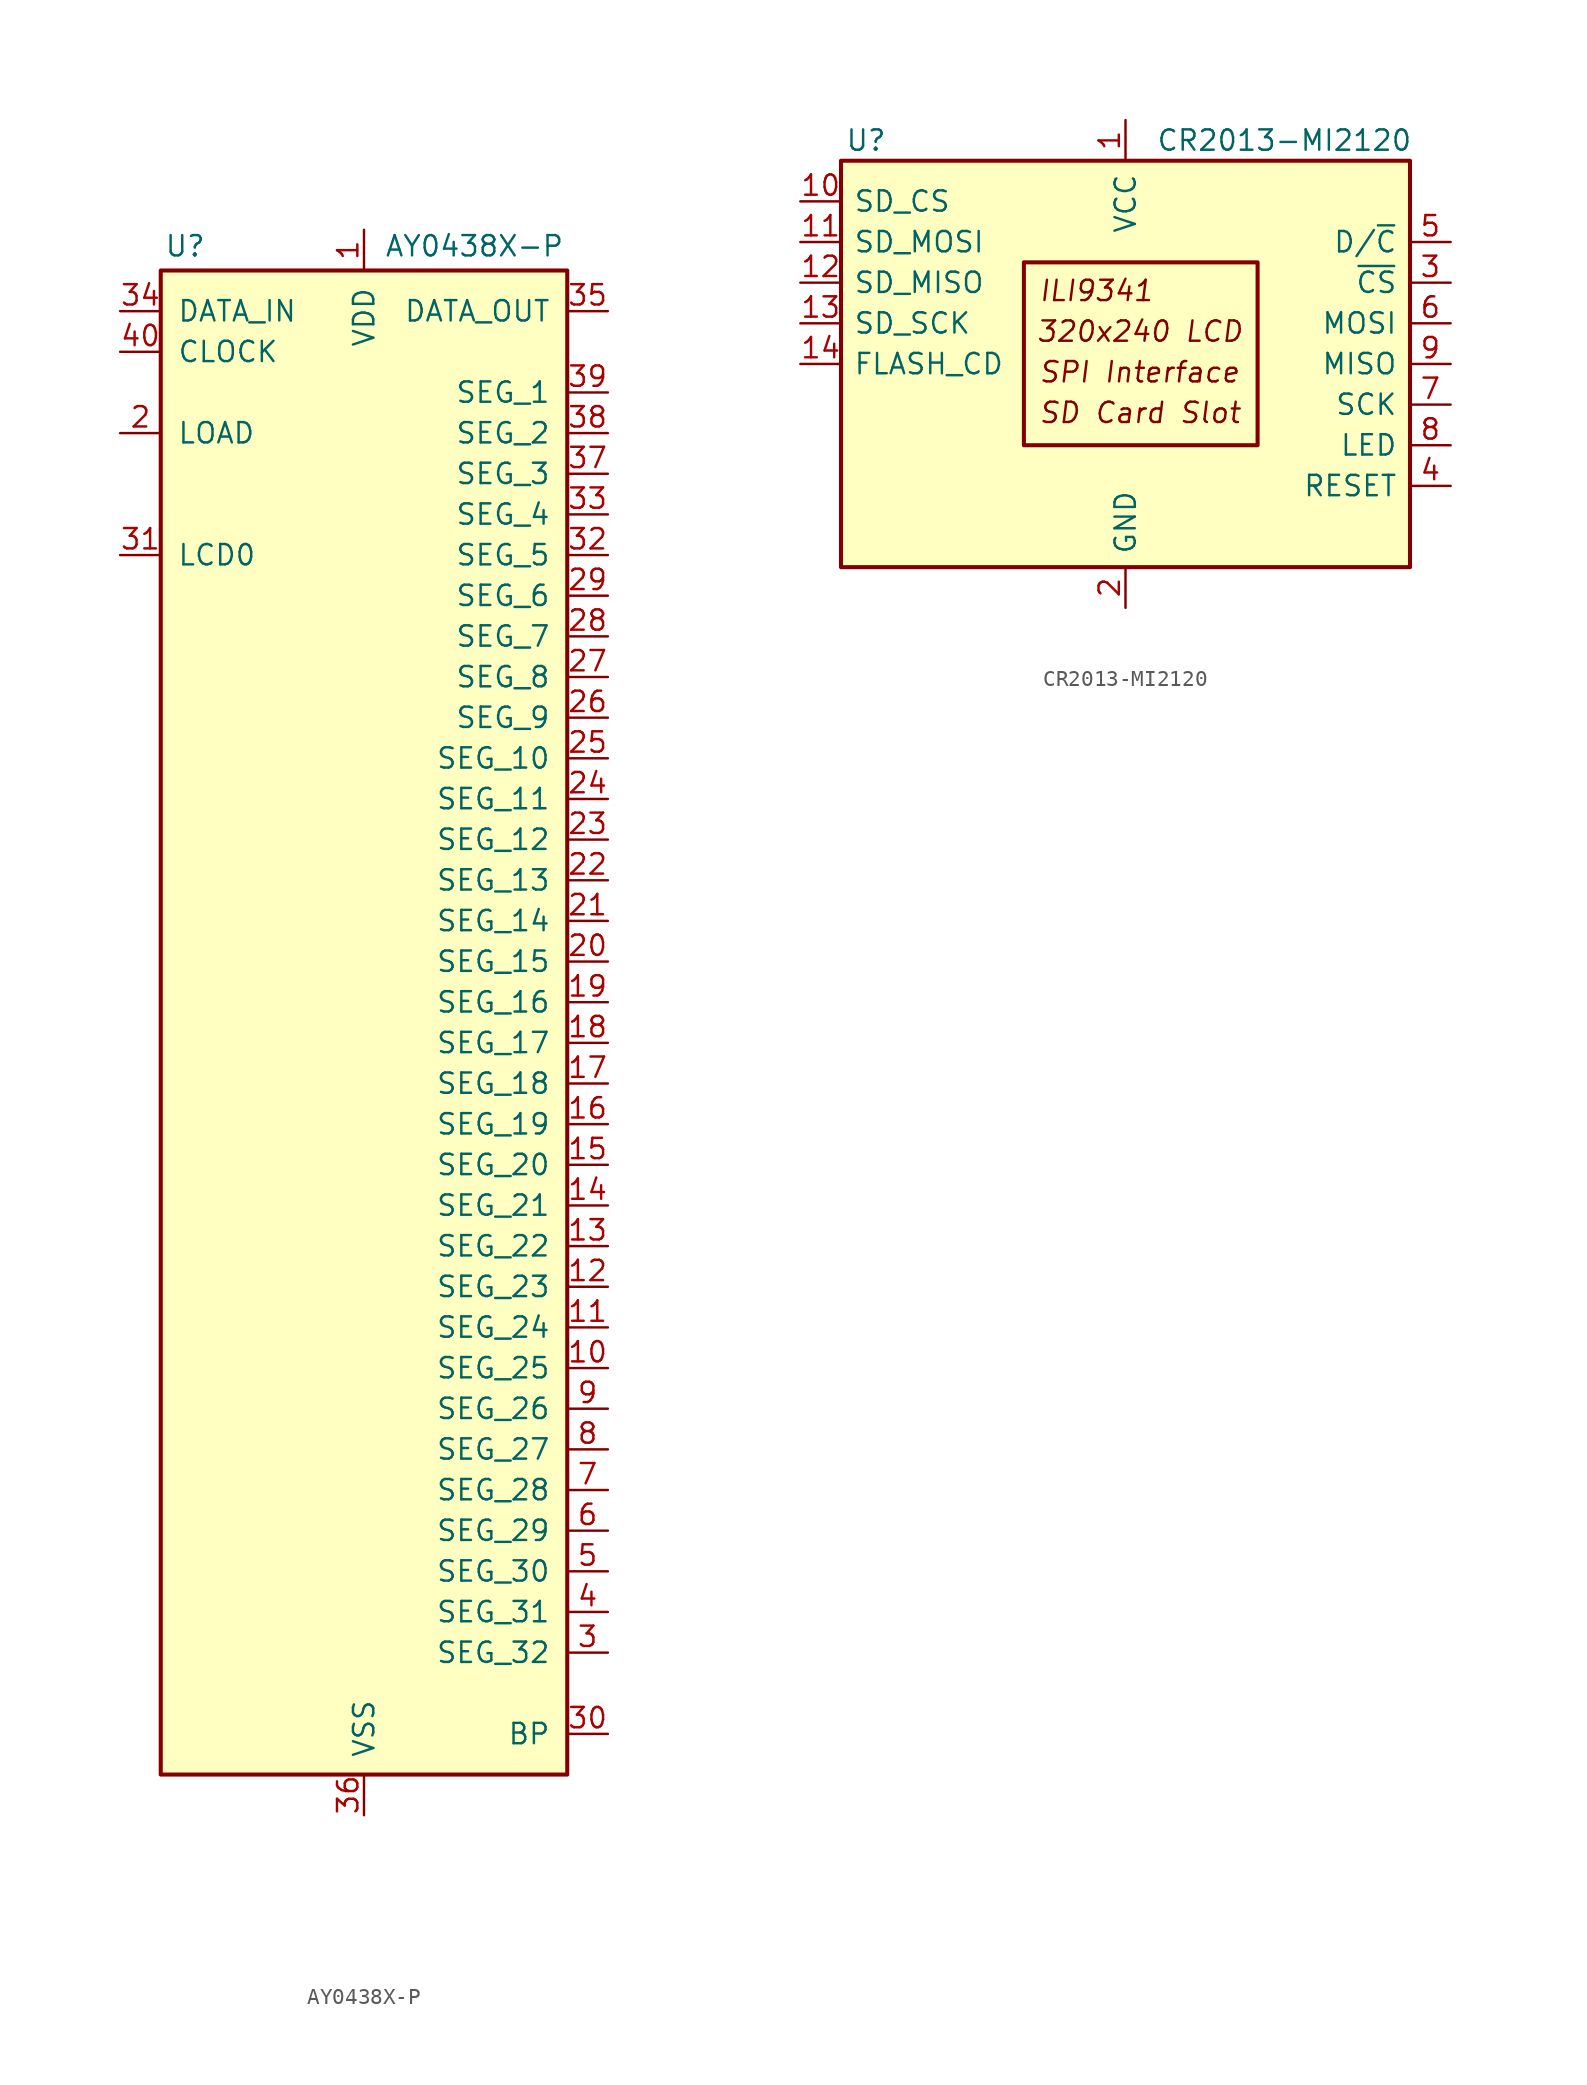
<source format=kicad_sym>
(kicad_symbol_lib
  (version 20201005)
  (generator kicad_symbol_editor)
  (symbol "AY0438X-P"
    (pin_names
      (offset 1.016))
    (property "Reference" "U"
      (at -11.176 47.244 0)
      (effects (font (size 1.27 1.27))))
    (property "Value" "AY0438X-P"
      (at 1.27 47.244 0)
      (effects (font (size 1.27 1.27)) (justify left)))
    (symbol "AY0438X-P_0_1"
      (rectangle (start -12.7 45.72) (end 12.7 -48.26) (stroke (width 0.254)) (fill (type background))))
    (symbol "AY0438X-P_1_1"
      (pin power_in line (at 0 48.26 270) (length 2.54) (name "VDD" (effects (font (size 1.27 1.27)))) (number "1" (effects (font (size 1.27 1.27)))))
      (pin output line (at 15.24 -22.86 180) (length 2.54) (name "SEG_25" (effects (font (size 1.27 1.27)))) (number "10" (effects (font (size 1.27 1.27)))))
      (pin output line (at 15.24 -20.32 180) (length 2.54) (name "SEG_24" (effects (font (size 1.27 1.27)))) (number "11" (effects (font (size 1.27 1.27)))))
      (pin output line (at 15.24 -17.78 180) (length 2.54) (name "SEG_23" (effects (font (size 1.27 1.27)))) (number "12" (effects (font (size 1.27 1.27)))))
      (pin output line (at 15.24 -15.24 180) (length 2.54) (name "SEG_22" (effects (font (size 1.27 1.27)))) (number "13" (effects (font (size 1.27 1.27)))))
      (pin output line (at 15.24 -12.7 180) (length 2.54) (name "SEG_21" (effects (font (size 1.27 1.27)))) (number "14" (effects (font (size 1.27 1.27)))))
      (pin output line (at 15.24 -10.16 180) (length 2.54) (name "SEG_20" (effects (font (size 1.27 1.27)))) (number "15" (effects (font (size 1.27 1.27)))))
      (pin output line (at 15.24 -7.62 180) (length 2.54) (name "SEG_19" (effects (font (size 1.27 1.27)))) (number "16" (effects (font (size 1.27 1.27)))))
      (pin output line (at 15.24 -5.08 180) (length 2.54) (name "SEG_18" (effects (font (size 1.27 1.27)))) (number "17" (effects (font (size 1.27 1.27)))))
      (pin output line (at 15.24 -2.54 180) (length 2.54) (name "SEG_17" (effects (font (size 1.27 1.27)))) (number "18" (effects (font (size 1.27 1.27)))))
      (pin output line (at 15.24 0 180) (length 2.54) (name "SEG_16" (effects (font (size 1.27 1.27)))) (number "19" (effects (font (size 1.27 1.27)))))
      (pin input line (at -15.24 35.56 0) (length 2.54) (name "LOAD" (effects (font (size 1.27 1.27)))) (number "2" (effects (font (size 1.27 1.27)))))
      (pin output line (at 15.24 2.54 180) (length 2.54) (name "SEG_15" (effects (font (size 1.27 1.27)))) (number "20" (effects (font (size 1.27 1.27)))))
      (pin output line (at 15.24 5.08 180) (length 2.54) (name "SEG_14" (effects (font (size 1.27 1.27)))) (number "21" (effects (font (size 1.27 1.27)))))
      (pin output line (at 15.24 7.62 180) (length 2.54) (name "SEG_13" (effects (font (size 1.27 1.27)))) (number "22" (effects (font (size 1.27 1.27)))))
      (pin output line (at 15.24 10.16 180) (length 2.54) (name "SEG_12" (effects (font (size 1.27 1.27)))) (number "23" (effects (font (size 1.27 1.27)))))
      (pin output line (at 15.24 12.7 180) (length 2.54) (name "SEG_11" (effects (font (size 1.27 1.27)))) (number "24" (effects (font (size 1.27 1.27)))))
      (pin output line (at 15.24 15.24 180) (length 2.54) (name "SEG_10" (effects (font (size 1.27 1.27)))) (number "25" (effects (font (size 1.27 1.27)))))
      (pin output line (at 15.24 17.78 180) (length 2.54) (name "SEG_9" (effects (font (size 1.27 1.27)))) (number "26" (effects (font (size 1.27 1.27)))))
      (pin output line (at 15.24 20.32 180) (length 2.54) (name "SEG_8" (effects (font (size 1.27 1.27)))) (number "27" (effects (font (size 1.27 1.27)))))
      (pin output line (at 15.24 22.86 180) (length 2.54) (name "SEG_7" (effects (font (size 1.27 1.27)))) (number "28" (effects (font (size 1.27 1.27)))))
      (pin output line (at 15.24 25.4 180) (length 2.54) (name "SEG_6" (effects (font (size 1.27 1.27)))) (number "29" (effects (font (size 1.27 1.27)))))
      (pin output line (at 15.24 -40.64 180) (length 2.54) (name "SEG_32" (effects (font (size 1.27 1.27)))) (number "3" (effects (font (size 1.27 1.27)))))
      (pin output line (at 15.24 -45.72 180) (length 2.54) (name "BP" (effects (font (size 1.27 1.27)))) (number "30" (effects (font (size 1.27 1.27)))))
      (pin input line (at -15.24 27.94 0) (length 2.54) (name "LCD0" (effects (font (size 1.27 1.27)))) (number "31" (effects (font (size 1.27 1.27)))))
      (pin output line (at 15.24 27.94 180) (length 2.54) (name "SEG_5" (effects (font (size 1.27 1.27)))) (number "32" (effects (font (size 1.27 1.27)))))
      (pin output line (at 15.24 30.48 180) (length 2.54) (name "SEG_4" (effects (font (size 1.27 1.27)))) (number "33" (effects (font (size 1.27 1.27)))))
      (pin input line (at -15.24 43.18 0) (length 2.54) (name "DATA_IN" (effects (font (size 1.27 1.27)))) (number "34" (effects (font (size 1.27 1.27)))))
      (pin output line (at 15.24 43.18 180) (length 2.54) (name "DATA_OUT" (effects (font (size 1.27 1.27)))) (number "35" (effects (font (size 1.27 1.27)))))
      (pin power_in line (at 0 -50.8 90) (length 2.54) (name "VSS" (effects (font (size 1.27 1.27)))) (number "36" (effects (font (size 1.27 1.27)))))
      (pin output line (at 15.24 33.02 180) (length 2.54) (name "SEG_3" (effects (font (size 1.27 1.27)))) (number "37" (effects (font (size 1.27 1.27)))))
      (pin output line (at 15.24 35.56 180) (length 2.54) (name "SEG_2" (effects (font (size 1.27 1.27)))) (number "38" (effects (font (size 1.27 1.27)))))
      (pin output line (at 15.24 38.1 180) (length 2.54) (name "SEG_1" (effects (font (size 1.27 1.27)))) (number "39" (effects (font (size 1.27 1.27)))))
      (pin output line (at 15.24 -38.1 180) (length 2.54) (name "SEG_31" (effects (font (size 1.27 1.27)))) (number "4" (effects (font (size 1.27 1.27)))))
      (pin input line (at -15.24 40.64 0) (length 2.54) (name "CLOCK" (effects (font (size 1.27 1.27)))) (number "40" (effects (font (size 1.27 1.27)))))
      (pin output line (at 15.24 -35.56 180) (length 2.54) (name "SEG_30" (effects (font (size 1.27 1.27)))) (number "5" (effects (font (size 1.27 1.27)))))
      (pin output line (at 15.24 -33.02 180) (length 2.54) (name "SEG_29" (effects (font (size 1.27 1.27)))) (number "6" (effects (font (size 1.27 1.27)))))
      (pin output line (at 15.24 -30.48 180) (length 2.54) (name "SEG_28" (effects (font (size 1.27 1.27)))) (number "7" (effects (font (size 1.27 1.27)))))
      (pin output line (at 15.24 -27.94 180) (length 2.54) (name "SEG_27" (effects (font (size 1.27 1.27)))) (number "8" (effects (font (size 1.27 1.27)))))
      (pin output line (at 15.24 -25.4 180) (length 2.54) (name "SEG_26" (effects (font (size 1.27 1.27)))) (number "9" (effects (font (size 1.27 1.27)))))))
  (symbol "CR2013-MI2120"
    (pin_names
      (offset 0.762))
    (property "Reference" "U"
      (at -17.526 13.97 0)
      (effects (font (size 1.27 1.27)) (justify left)))
    (property "Value" "CR2013-MI2120"
      (at 1.905 13.97 0)
      (effects (font (size 1.27 1.27)) (justify left)))
    (symbol "CR2013-MI2120_0_0"
      (text "320x240 LCD" (at 0.889 2.032 0) (effects (font (size 1.27 1.27) italic)))
      (text "ILI9341" (at -5.461 4.572 0) (effects (font (size 1.27 1.27) italic) (justify left)))
      (text "SD Card Slot" (at -5.461 -3.048 0) (effects (font (size 1.27 1.27) italic) (justify left)))
      (text "SPI Interface" (at -5.461 -0.508 0) (effects (font (size 1.27 1.27) italic) (justify left))))
    (symbol "CR2013-MI2120_0_1"
      (rectangle (start -17.78 12.7) (end 17.78 -12.7) (stroke (width 0.254)) (fill (type background)))
      (rectangle (start -6.35 6.35) (end 8.255 -5.08) (stroke (width 0.254)) (fill (type none))))
    (symbol "CR2013-MI2120_1_1"
      (pin power_in line (at 0 15.24 270) (length 2.54) (name "VCC" (effects (font (size 1.27 1.27)))) (number "1" (effects (font (size 1.27 1.27)))))
      (pin input line (at -20.32 10.16 0) (length 2.54) (name "SD_CS" (effects (font (size 1.27 1.27)))) (number "10" (effects (font (size 1.27 1.27)))))
      (pin input line (at -20.32 7.62 0) (length 2.54) (name "SD_MOSI" (effects (font (size 1.27 1.27)))) (number "11" (effects (font (size 1.27 1.27)))))
      (pin output line (at -20.32 5.08 0) (length 2.54) (name "SD_MISO" (effects (font (size 1.27 1.27)))) (number "12" (effects (font (size 1.27 1.27)))))
      (pin input line (at -20.32 2.54 0) (length 2.54) (name "SD_SCK" (effects (font (size 1.27 1.27)))) (number "13" (effects (font (size 1.27 1.27)))))
      (pin input line (at -20.32 0 0) (length 2.54) (name "FLASH_CD" (effects (font (size 1.27 1.27)))) (number "14" (effects (font (size 1.27 1.27)))))
      (pin power_in line (at 0 -15.24 90) (length 2.54) (name "GND" (effects (font (size 1.27 1.27)))) (number "2" (effects (font (size 1.27 1.27)))))
      (pin input line (at 20.32 5.08 180) (length 2.54) (name "~CS" (effects (font (size 1.27 1.27)))) (number "3" (effects (font (size 1.27 1.27)))))
      (pin input line (at 20.32 -7.62 180) (length 2.54) (name "RESET" (effects (font (size 1.27 1.27)))) (number "4" (effects (font (size 1.27 1.27)))))
      (pin input line (at 20.32 7.62 180) (length 2.54) (name "D/~C" (effects (font (size 1.27 1.27)))) (number "5" (effects (font (size 1.27 1.27)))))
      (pin input line (at 20.32 2.54 180) (length 2.54) (name "MOSI" (effects (font (size 1.27 1.27)))) (number "6" (effects (font (size 1.27 1.27)))))
      (pin input line (at 20.32 -2.54 180) (length 2.54) (name "SCK" (effects (font (size 1.27 1.27)))) (number "7" (effects (font (size 1.27 1.27)))))
      (pin input line (at 20.32 -5.08 180) (length 2.54) (name "LED" (effects (font (size 1.27 1.27)))) (number "8" (effects (font (size 1.27 1.27)))))
      (pin output line (at 20.32 0 180) (length 2.54) (name "MISO" (effects (font (size 1.27 1.27)))) (number "9" (effects (font (size 1.27 1.27))))))))
</source>
